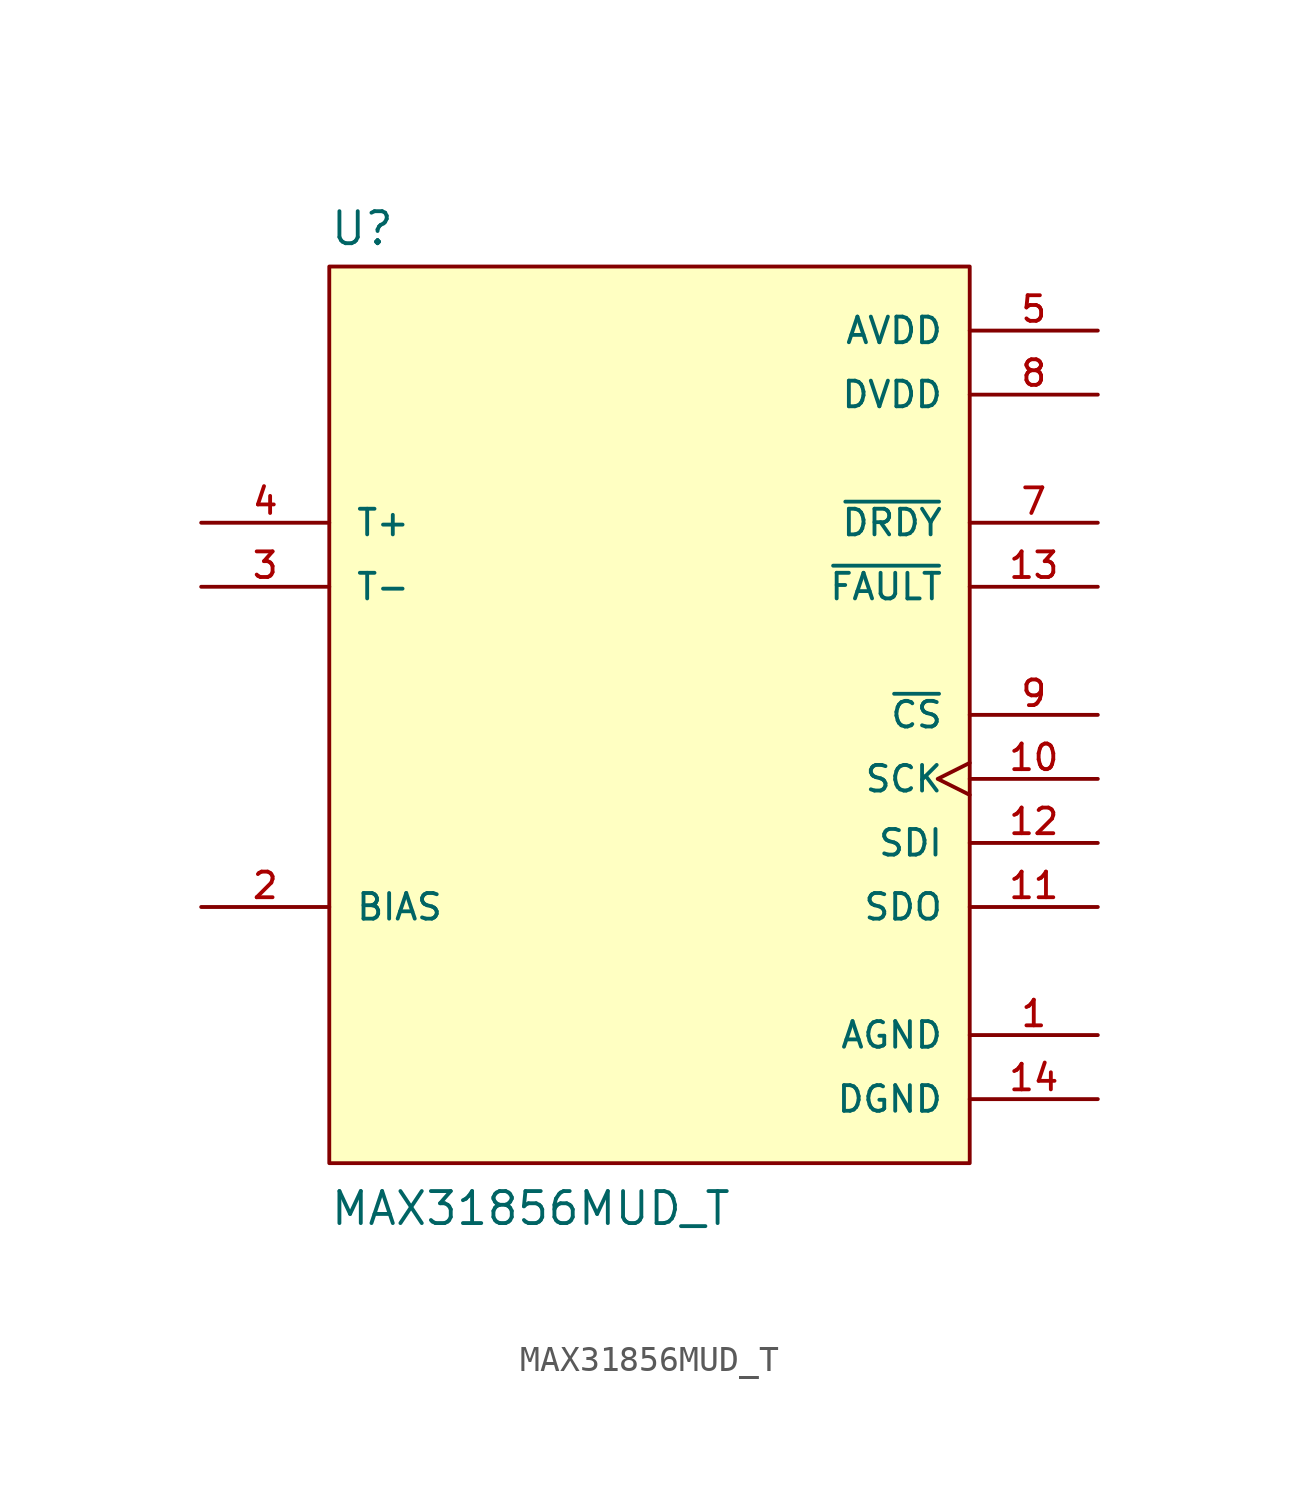
<source format=kicad_sym>
(kicad_symbol_lib
  (version 20211014)
  (generator kicad_symbol_editor)
  (symbol "MAX31856MUD_T"
    (pin_names
      (offset 1.016))
    (property "Reference" "U"
      (at -12.7 18.542 0)
      (effects (font (size 1.27 1.27)) (justify bottom left)))
    (property "Value" "MAX31856MUD_T"
      (at -12.7 -20.32 0)
      (effects (font (size 1.27 1.27)) (justify bottom left)))
    (symbol "MAX31856MUD_T_0_0"
      (rectangle (start -12.7 -17.78) (end 12.7 17.78) (stroke (width 0.152)) (fill (type background)))
      (pin power_in line (at 17.78 -12.7 180.0) (length 5.08) (name "AGND" (effects (font (size 1.016 1.016)))) (number "1" (effects (font (size 1.016 1.016)))))
      (pin passive line (at -17.78 -7.62 0) (length 5.08) (name "BIAS" (effects (font (size 1.016 1.016)))) (number "2" (effects (font (size 1.016 1.016)))))
      (pin input line (at -17.78 5.08 0) (length 5.08) (name "T-" (effects (font (size 1.016 1.016)))) (number "3" (effects (font (size 1.016 1.016)))))
      (pin input line (at -17.78 7.62 0) (length 5.08) (name "T+" (effects (font (size 1.016 1.016)))) (number "4" (effects (font (size 1.016 1.016)))))
      (pin power_in line (at 17.78 15.24 180.0) (length 5.08) (name "AVDD" (effects (font (size 1.016 1.016)))) (number "5" (effects (font (size 1.016 1.016)))))
      (pin output line (at 17.78 7.62 180.0) (length 5.08) (name "~{DRDY}" (effects (font (size 1.016 1.016)))) (number "7" (effects (font (size 1.016 1.016)))))
      (pin power_in line (at 17.78 12.7 180.0) (length 5.08) (name "DVDD" (effects (font (size 1.016 1.016)))) (number "8" (effects (font (size 1.016 1.016)))))
      (pin input line (at 17.78 0.0 180.0) (length 5.08) (name "~{CS}" (effects (font (size 1.016 1.016)))) (number "9" (effects (font (size 1.016 1.016)))))
      (pin input clock (at 17.78 -2.54 180.0) (length 5.08) (name "SCK" (effects (font (size 1.016 1.016)))) (number "10" (effects (font (size 1.016 1.016)))))
      (pin output line (at 17.78 -7.62 180.0) (length 5.08) (name "SDO" (effects (font (size 1.016 1.016)))) (number "11" (effects (font (size 1.016 1.016)))))
      (pin input line (at 17.78 -5.08 180.0) (length 5.08) (name "SDI" (effects (font (size 1.016 1.016)))) (number "12" (effects (font (size 1.016 1.016)))))
      (pin output line (at 17.78 5.08 180.0) (length 5.08) (name "~{FAULT}" (effects (font (size 1.016 1.016)))) (number "13" (effects (font (size 1.016 1.016)))))
      (pin power_in line (at 17.78 -15.24 180.0) (length 5.08) (name "DGND" (effects (font (size 1.016 1.016)))) (number "14" (effects (font (size 1.016 1.016))))))))
</source>
